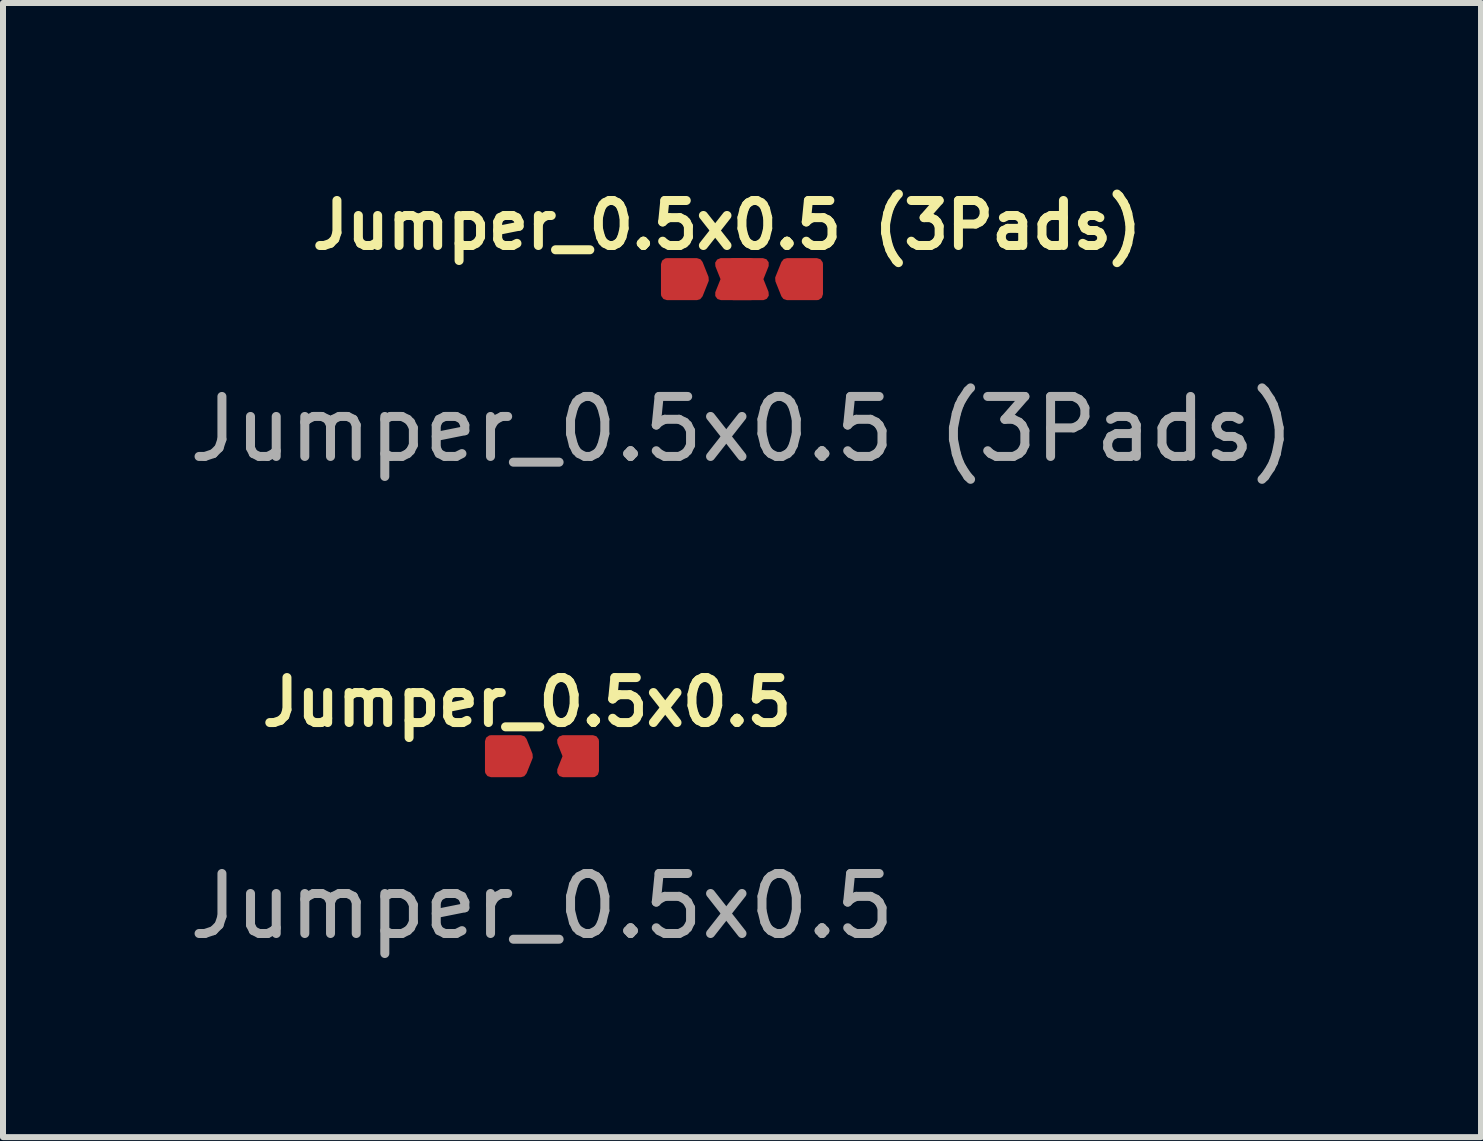
<source format=kicad_pcb>
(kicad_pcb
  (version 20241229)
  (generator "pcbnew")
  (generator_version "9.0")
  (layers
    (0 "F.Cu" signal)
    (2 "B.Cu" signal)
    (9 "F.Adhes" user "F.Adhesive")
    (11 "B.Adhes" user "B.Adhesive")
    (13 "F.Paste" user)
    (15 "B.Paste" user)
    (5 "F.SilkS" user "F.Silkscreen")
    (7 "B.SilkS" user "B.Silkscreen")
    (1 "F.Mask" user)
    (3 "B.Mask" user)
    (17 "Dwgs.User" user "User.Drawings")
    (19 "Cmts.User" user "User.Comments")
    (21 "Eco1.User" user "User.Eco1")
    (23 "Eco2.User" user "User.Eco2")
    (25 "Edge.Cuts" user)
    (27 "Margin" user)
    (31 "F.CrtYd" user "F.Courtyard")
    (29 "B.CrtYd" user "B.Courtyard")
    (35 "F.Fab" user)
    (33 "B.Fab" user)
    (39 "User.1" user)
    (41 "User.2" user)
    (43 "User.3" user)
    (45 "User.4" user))
  (footprint "Jumper_0.5x0.5"
    (layer "F.Cu")
    (at 5.982 9.552)
    (property "Reference" "Jumper_0.5x0.5" (at -0.25 -0.9 0) (unlocked yes) (layer "F.SilkS") (effects (font (size 0.75 0.75) (thickness 0.15))))
    (fp_text user "${REFERENCE}" (at 0 2.5 0) (unlocked yes) (layer "F.Fab") (effects (font (size 1 1) (thickness 0.15))))
    (pad "1" smd custom (at -0.6 0) (size 0.5 0.5) (layers "F.Cu" "F.Mask" "F.Paste") (options (anchor rect)) (primitives (gr_poly (pts (xy 0.35 0) (xy 0.25 0.25) (xy -0.25 0.25) (xy -0.25 -0.25) (xy 0.25 -0.25)) (width 0.2) (fill yes))))
    (pad "2" smd custom (at 0.6 0 180) (size 0.5 0.5) (layers "F.Cu" "F.Mask" "F.Paste") (options (anchor rect)) (primitives (gr_poly (pts (xy 0.15 0) (xy 0.25 0.25) (xy -0.25 0.25) (xy -0.25 -0.25) (xy 0.25 -0.25)) (width 0.2) (fill yes)))))
  (footprint "Jumper_0.5x0.5 (3Pads)"
    (layer "F.Cu")
    (at 9.315 1.602)
    (property "Reference" "Jumper_0.5x0.5 (3Pads)" (at -0.25 -0.9 0) (unlocked yes) (layer "F.SilkS") (effects (font (size 0.75 0.75) (thickness 0.15))))
    (fp_text user "${REFERENCE}" (at 0 2.5 0) (unlocked yes) (layer "F.Fab") (effects (font (size 1 1) (thickness 0.15))))
    (pad "1" smd custom (at -1 0) (size 0.5 0.5) (layers "F.Cu" "F.Mask" "F.Paste") (options (anchor rect)) (primitives (gr_poly (pts (xy 0.35 0) (xy 0.25 0.25) (xy -0.25 0.25) (xy -0.25 -0.25) (xy 0.25 -0.25)) (width 0.2) (fill yes))))
    (pad "2" smd custom (at -0.1 0 180) (size 0.5 0.5) (layers "F.Cu" "F.Mask" "F.Paste") (options (anchor rect)) (primitives (gr_poly (pts (xy 0.15 0) (xy 0.25 0.25) (xy -0.25 0.25) (xy -0.25 -0.25) (xy 0.25 -0.25)) (width 0.2) (fill yes))))
    (pad "2" smd custom (at 0.1 0) (size 0.5 0.5) (layers "F.Cu" "F.Mask" "F.Paste") (options (anchor rect)) (primitives (gr_poly (pts (xy 0.15 0) (xy 0.25 0.25) (xy -0.25 0.25) (xy -0.25 -0.25) (xy 0.25 -0.25)) (width 0.2) (fill yes))))
    (pad "3" smd custom (at 1 0 180) (size 0.5 0.5) (layers "F.Cu" "F.Mask" "F.Paste") (options (anchor rect)) (primitives (gr_poly (pts (xy 0.35 0) (xy 0.25 0.25) (xy -0.25 0.25) (xy -0.25 -0.25) (xy 0.25 -0.25)) (width 0.2) (fill yes)))))
  (gr_rect
    (start -3 -3)
    (end 21.631 15.9)
    (stroke (width 0.1) (type default))
    (fill no)
    (layer "Edge.Cuts")))
</source>
